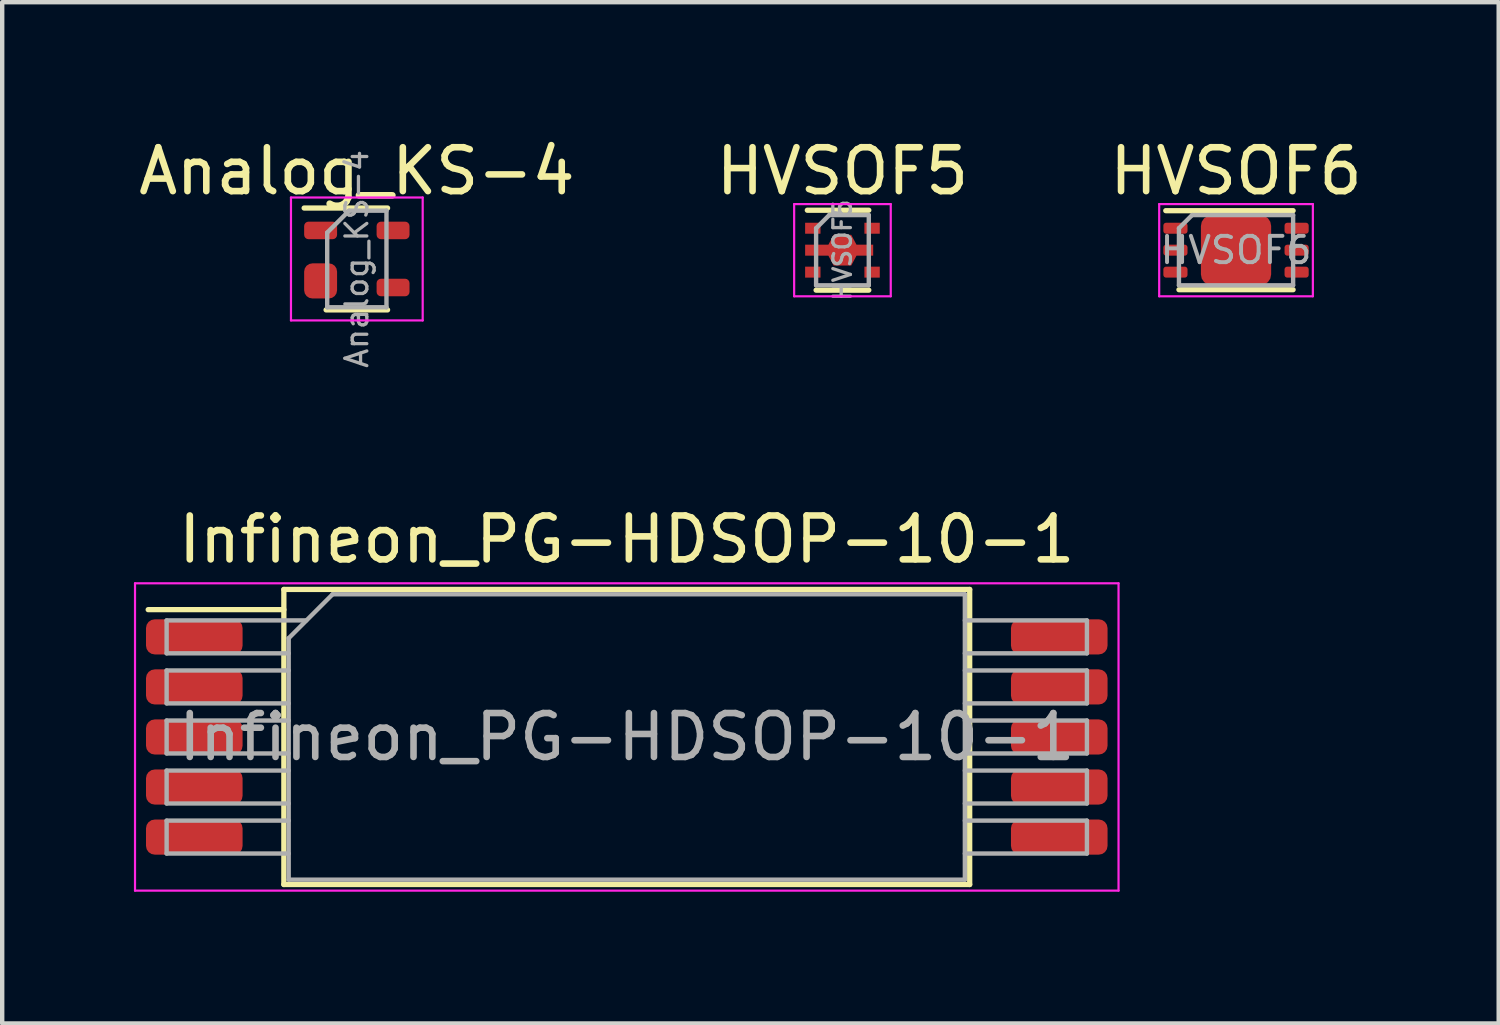
<source format=kicad_pcb>
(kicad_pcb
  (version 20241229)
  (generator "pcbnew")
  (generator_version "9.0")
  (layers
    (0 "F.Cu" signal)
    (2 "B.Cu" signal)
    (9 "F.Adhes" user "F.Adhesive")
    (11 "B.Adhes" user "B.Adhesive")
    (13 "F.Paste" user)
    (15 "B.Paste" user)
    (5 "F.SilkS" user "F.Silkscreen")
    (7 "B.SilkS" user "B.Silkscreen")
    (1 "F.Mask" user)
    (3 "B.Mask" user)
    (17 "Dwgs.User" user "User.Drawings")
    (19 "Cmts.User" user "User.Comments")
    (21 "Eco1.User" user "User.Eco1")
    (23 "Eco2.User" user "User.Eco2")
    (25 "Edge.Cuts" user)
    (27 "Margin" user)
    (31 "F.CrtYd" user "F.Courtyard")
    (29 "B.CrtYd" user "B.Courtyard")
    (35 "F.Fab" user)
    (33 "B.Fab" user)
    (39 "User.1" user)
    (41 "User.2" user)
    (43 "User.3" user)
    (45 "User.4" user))
  (footprint "HVSOF5"
    (layer "F.Cu")
    (at 16.137 2.648)
    (property "Reference" "HVSOF5" (at 0 -1.8 0) (layer "F.SilkS") (effects (font (size 1 1) (thickness 0.15))))
    (attr smd)
    (fp_line (start -0.8 -0.91) (end 0.6 -0.91) (stroke (width 0.12) (type solid)) (layer "F.SilkS"))
    (fp_line (start -0.6 0.91) (end 0.6 0.91) (stroke (width 0.12) (type solid)) (layer "F.SilkS"))
    (fp_line (start -1.1 -1.05) (end -1.1 1.05) (stroke (width 0.05) (type solid)) (layer "F.CrtYd"))
    (fp_line (start -1.1 -1.05) (end 1.1 -1.05) (stroke (width 0.05) (type solid)) (layer "F.CrtYd"))
    (fp_line (start 1.1 1.05) (end -1.1 1.05) (stroke (width 0.05) (type solid)) (layer "F.CrtYd"))
    (fp_line (start 1.1 1.05) (end 1.1 -1.05) (stroke (width 0.05) (type solid)) (layer "F.CrtYd"))
    (fp_line (start -0.6 -0.5) (end -0.6 0.8) (stroke (width 0.1) (type solid)) (layer "F.Fab"))
    (fp_line (start -0.6 -0.5) (end -0.3 -0.8) (stroke (width 0.1) (type solid)) (layer "F.Fab"))
    (fp_line (start 0.6 -0.8) (end -0.3 -0.8) (stroke (width 0.1) (type solid)) (layer "F.Fab"))
    (fp_line (start 0.6 -0.8) (end 0.6 0.8) (stroke (width 0.1) (type solid)) (layer "F.Fab"))
    (fp_line (start 0.6 0.8) (end -0.6 0.8) (stroke (width 0.1) (type solid)) (layer "F.Fab"))
    (fp_text user "${REFERENCE}" (at 0 0 90) (layer "F.Fab") (effects (font (size 0.4 0.4) (thickness 0.075))))
    (pad "1" smd rect (at -0.675 -0.5) (size 0.35 0.25) (layers "F.Cu" "F.Mask" "F.Paste"))
    (pad "2" smd custom (at 0 0) (size 0.4 0.7) (layers "F.Cu" "F.Mask" "F.Paste") (options (anchor rect)) (primitives (gr_poly (pts (xy 0.32 -0.125) (xy 0.7 -0.125) (xy 0.7 0.125) (xy 0.32 0.125) (xy 0.2 0.35) (xy -0.2 0.35) (xy -0.32 0.125) (xy -0.85 0.125) (xy -0.85 -0.125) (xy -0.32 -0.125) (xy -0.2 -0.35) (xy 0.2 -0.35)) (width 0) (fill yes))))
    (pad "3" smd rect (at -0.675 0.5) (size 0.35 0.25) (layers "F.Cu" "F.Mask" "F.Paste"))
    (pad "4" smd rect (at 0.675 0.5) (size 0.35 0.25) (layers "F.Cu" "F.Mask" "F.Paste"))
    (pad "5" smd rect (at 0.675 -0.5) (size 0.35 0.25) (layers "F.Cu" "F.Mask" "F.Paste")))
  (footprint "Infineon_PG-HDSOP-10-1"
    (layer "F.Cu")
    (at 11.225 13.735)
    (property "Reference" "Infineon_PG-HDSOP-10-1" (at 0 -4.5 0) (layer "F.SilkS") (effects (font (size 1 1) (thickness 0.15))))
    (attr smd)
    (fp_line (start -10.9 -2.9) (end -7.81 -2.9) (stroke (width 0.12) (type solid)) (layer "F.SilkS"))
    (fp_line (start -7.81 -3.36) (end 7.81 -3.36) (stroke (width 0.12) (type solid)) (layer "F.SilkS"))
    (fp_line (start -7.81 3.36) (end -7.81 -3.36) (stroke (width 0.12) (type solid)) (layer "F.SilkS"))
    (fp_line (start -7.81 3.36) (end 7.81 3.36) (stroke (width 0.12) (type solid)) (layer "F.SilkS"))
    (fp_line (start 7.81 3.36) (end 7.81 -3.36) (stroke (width 0.12) (type solid)) (layer "F.SilkS"))
    (fp_line (start -11.2 -3.5) (end -11.2 3.5) (stroke (width 0.05) (type solid)) (layer "F.CrtYd"))
    (fp_line (start -11.2 -3.5) (end 11.2 -3.5) (stroke (width 0.05) (type solid)) (layer "F.CrtYd"))
    (fp_line (start -11.2 3.5) (end 11.2 3.5) (stroke (width 0.05) (type solid)) (layer "F.CrtYd"))
    (fp_line (start 11.2 -3.5) (end 11.2 3.5) (stroke (width 0.05) (type solid)) (layer "F.CrtYd"))
    (fp_line (start -10.48 -2.655) (end -10.48 -1.905) (stroke (width 0.1) (type solid)) (layer "F.Fab"))
    (fp_line (start -10.48 -1.905) (end -7.7 -1.905) (stroke (width 0.1) (type solid)) (layer "F.Fab"))
    (fp_line (start -10.48 -1.515) (end -10.48 -0.765) (stroke (width 0.1) (type solid)) (layer "F.Fab"))
    (fp_line (start -10.48 -0.765) (end -7.7 -0.765) (stroke (width 0.1) (type solid)) (layer "F.Fab"))
    (fp_line (start -10.48 -0.375) (end -10.48 0.375) (stroke (width 0.1) (type solid)) (layer "F.Fab"))
    (fp_line (start -10.48 0.375) (end -7.7 0.375) (stroke (width 0.1) (type solid)) (layer "F.Fab"))
    (fp_line (start -10.48 0.765) (end -10.48 1.515) (stroke (width 0.1) (type solid)) (layer "F.Fab"))
    (fp_line (start -10.48 1.515) (end -7.7 1.515) (stroke (width 0.1) (type solid)) (layer "F.Fab"))
    (fp_line (start -10.48 1.905) (end -10.48 2.655) (stroke (width 0.1) (type solid)) (layer "F.Fab"))
    (fp_line (start -10.48 2.655) (end -7.7 2.655) (stroke (width 0.1) (type solid)) (layer "F.Fab"))
    (fp_line (start -7.7 -1.515) (end -10.48 -1.515) (stroke (width 0.1) (type solid)) (layer "F.Fab"))
    (fp_line (start -7.7 -0.375) (end -10.48 -0.375) (stroke (width 0.1) (type solid)) (layer "F.Fab"))
    (fp_line (start -7.7 0.765) (end -10.48 0.765) (stroke (width 0.1) (type solid)) (layer "F.Fab"))
    (fp_line (start -7.7 1.905) (end -10.48 1.905) (stroke (width 0.1) (type solid)) (layer "F.Fab"))
    (fp_line (start -7.7 3.25) (end -7.7 -2.25) (stroke (width 0.1) (type solid)) (layer "F.Fab"))
    (fp_line (start -7.7 3.25) (end 7.7 3.25) (stroke (width 0.1) (type solid)) (layer "F.Fab"))
    (fp_line (start -7.3 -2.655) (end -10.48 -2.655) (stroke (width 0.1) (type solid)) (layer "F.Fab"))
    (fp_line (start -6.7 -3.25) (end -7.7 -2.25) (stroke (width 0.1) (type solid)) (layer "F.Fab"))
    (fp_line (start -6.7 -3.25) (end 7.7 -3.25) (stroke (width 0.1) (type solid)) (layer "F.Fab"))
    (fp_line (start 7.7 -2.655) (end 10.48 -2.655) (stroke (width 0.1) (type solid)) (layer "F.Fab"))
    (fp_line (start 7.7 -1.515) (end 10.48 -1.515) (stroke (width 0.1) (type solid)) (layer "F.Fab"))
    (fp_line (start 7.7 -0.375) (end 10.48 -0.375) (stroke (width 0.1) (type solid)) (layer "F.Fab"))
    (fp_line (start 7.7 0.765) (end 10.48 0.765) (stroke (width 0.1) (type solid)) (layer "F.Fab"))
    (fp_line (start 7.7 1.905) (end 10.48 1.905) (stroke (width 0.1) (type solid)) (layer "F.Fab"))
    (fp_line (start 7.7 3.25) (end 7.7 -3.25) (stroke (width 0.1) (type solid)) (layer "F.Fab"))
    (fp_line (start 10.48 -2.655) (end 10.48 -1.905) (stroke (width 0.1) (type solid)) (layer "F.Fab"))
    (fp_line (start 10.48 -1.905) (end 7.7 -1.905) (stroke (width 0.1) (type solid)) (layer "F.Fab"))
    (fp_line (start 10.48 -1.515) (end 10.48 -0.765) (stroke (width 0.1) (type solid)) (layer "F.Fab"))
    (fp_line (start 10.48 -0.765) (end 7.7 -0.765) (stroke (width 0.1) (type solid)) (layer "F.Fab"))
    (fp_line (start 10.48 -0.375) (end 10.48 0.375) (stroke (width 0.1) (type solid)) (layer "F.Fab"))
    (fp_line (start 10.48 0.375) (end 7.7 0.375) (stroke (width 0.1) (type solid)) (layer "F.Fab"))
    (fp_line (start 10.48 0.765) (end 10.48 1.515) (stroke (width 0.1) (type solid)) (layer "F.Fab"))
    (fp_line (start 10.48 1.515) (end 7.7 1.515) (stroke (width 0.1) (type solid)) (layer "F.Fab"))
    (fp_line (start 10.48 1.905) (end 10.48 2.655) (stroke (width 0.1) (type solid)) (layer "F.Fab"))
    (fp_line (start 10.48 2.655) (end 7.7 2.655) (stroke (width 0.1) (type solid)) (layer "F.Fab"))
    (fp_text user "${REFERENCE}" (at 0 0 0) (layer "F.Fab") (effects (font (size 1 1) (thickness 0.15))))
    (pad "1" smd roundrect (at -9.85 -2.28) (size 2.2 0.8) (layers "F.Cu" "F.Mask" "F.Paste") (roundrect_rratio 0.25))
    (pad "2" smd roundrect (at -9.85 -1.14) (size 2.2 0.8) (layers "F.Cu" "F.Mask" "F.Paste") (roundrect_rratio 0.25))
    (pad "3" smd roundrect (at -9.85 0) (size 2.2 0.8) (layers "F.Cu" "F.Mask" "F.Paste") (roundrect_rratio 0.25))
    (pad "4" smd roundrect (at -9.85 1.14) (size 2.2 0.8) (layers "F.Cu" "F.Mask" "F.Paste") (roundrect_rratio 0.25))
    (pad "5" smd roundrect (at -9.85 2.28) (size 2.2 0.8) (layers "F.Cu" "F.Mask" "F.Paste") (roundrect_rratio 0.25))
    (pad "6" smd roundrect (at 9.85 2.28) (size 2.2 0.8) (layers "F.Cu" "F.Mask" "F.Paste") (roundrect_rratio 0.25))
    (pad "7" smd roundrect (at 9.85 1.14) (size 2.2 0.8) (layers "F.Cu" "F.Mask" "F.Paste") (roundrect_rratio 0.25))
    (pad "8" smd roundrect (at 9.85 0) (size 2.2 0.8) (layers "F.Cu" "F.Mask" "F.Paste") (roundrect_rratio 0.25))
    (pad "9" smd roundrect (at 9.85 -1.14) (size 2.2 0.8) (layers "F.Cu" "F.Mask" "F.Paste") (roundrect_rratio 0.25))
    (pad "10" smd roundrect (at 9.85 -2.28) (size 2.2 0.8) (layers "F.Cu" "F.Mask" "F.Paste") (roundrect_rratio 0.25)))
  (footprint "Analog_KS-4"
    (layer "F.Cu")
    (at 5.077 2.848)
    (property "Reference" "Analog_KS-4" (at 0 -2 0) (layer "F.SilkS") (effects (font (size 1 1) (thickness 0.15))))
    (attr smd)
    (fp_line (start -0.7 1.16) (end 0.7 1.16) (stroke (width 0.12) (type solid)) (layer "F.SilkS"))
    (fp_line (start 0.7 -1.16) (end -1.2 -1.16) (stroke (width 0.12) (type solid)) (layer "F.SilkS"))
    (fp_line (start -1.5 -1.4) (end -1.5 1.4) (stroke (width 0.05) (type solid)) (layer "F.CrtYd"))
    (fp_line (start -1.5 -1.4) (end 1.5 -1.4) (stroke (width 0.05) (type solid)) (layer "F.CrtYd"))
    (fp_line (start -1.5 1.4) (end 1.5 1.4) (stroke (width 0.05) (type solid)) (layer "F.CrtYd"))
    (fp_line (start 1.5 1.4) (end 1.5 -1.4) (stroke (width 0.05) (type solid)) (layer "F.CrtYd"))
    (fp_line (start -0.675 -0.6) (end -0.675 1.1) (stroke (width 0.1) (type solid)) (layer "F.Fab"))
    (fp_line (start -0.175 -1.1) (end -0.675 -0.6) (stroke (width 0.1) (type solid)) (layer "F.Fab"))
    (fp_line (start 0.675 -1.1) (end -0.175 -1.1) (stroke (width 0.1) (type solid)) (layer "F.Fab"))
    (fp_line (start 0.675 -1.1) (end 0.675 1.1) (stroke (width 0.1) (type solid)) (layer "F.Fab"))
    (fp_line (start 0.675 1.1) (end -0.675 1.1) (stroke (width 0.1) (type solid)) (layer "F.Fab"))
    (fp_text user "${REFERENCE}" (at 0 0 90) (layer "F.Fab") (effects (font (size 0.5 0.5) (thickness 0.075))))
    (pad "1" smd roundrect (at -0.825 -0.65) (size 0.75 0.4) (layers "F.Cu" "F.Mask" "F.Paste") (roundrect_rratio 0.25))
    (pad "2" smd roundrect (at -0.825 0.5) (size 0.75 0.8) (layers "F.Cu" "F.Mask" "F.Paste") (roundrect_rratio 0.25))
    (pad "3" smd roundrect (at 0.825 0.65) (size 0.75 0.4) (layers "F.Cu" "F.Mask" "F.Paste") (roundrect_rratio 0.25))
    (pad "4" smd roundrect (at 0.825 -0.65) (size 0.75 0.4) (layers "F.Cu" "F.Mask" "F.Paste") (roundrect_rratio 0.25)))
  (footprint "HVSOF6"
    (layer "F.Cu")
    (at 25.101 2.648)
    (property "Reference" "HVSOF6" (at 0 -1.8 0) (layer "F.SilkS") (effects (font (size 1 1) (thickness 0.15))))
    (attr smd)
    (fp_line (start -1.6 -0.9) (end 1.3 -0.9) (stroke (width 0.12) (type solid)) (layer "F.SilkS"))
    (fp_line (start -1.3 0.9) (end 1.3 0.9) (stroke (width 0.12) (type solid)) (layer "F.SilkS"))
    (fp_line (start -1.75 -1.05) (end -1.75 1.05) (stroke (width 0.05) (type solid)) (layer "F.CrtYd"))
    (fp_line (start -1.75 -1.05) (end 1.75 -1.05) (stroke (width 0.05) (type solid)) (layer "F.CrtYd"))
    (fp_line (start 1.75 1.05) (end -1.75 1.05) (stroke (width 0.05) (type solid)) (layer "F.CrtYd"))
    (fp_line (start 1.75 1.05) (end 1.75 -1.05) (stroke (width 0.05) (type solid)) (layer "F.CrtYd"))
    (fp_line (start -1.3 -0.5) (end -1.3 0.8) (stroke (width 0.1) (type solid)) (layer "F.Fab"))
    (fp_line (start -1.3 -0.5) (end -1 -0.8) (stroke (width 0.1) (type solid)) (layer "F.Fab"))
    (fp_line (start -1 -0.8) (end 1.3 -0.8) (stroke (width 0.1) (type solid)) (layer "F.Fab"))
    (fp_line (start 1.3 -0.8) (end 1.3 0.8) (stroke (width 0.1) (type solid)) (layer "F.Fab"))
    (fp_line (start 1.3 0.8) (end -1.3 0.8) (stroke (width 0.1) (type solid)) (layer "F.Fab"))
    (fp_text user "${REFERENCE}" (at 0 0 0) (layer "F.Fab") (effects (font (size 0.6 0.6) (thickness 0.09))))
    (pad "1" smd roundrect (at -1.38 -0.5 270) (size 0.25 0.55) (layers "F.Cu" "F.Mask" "F.Paste") (roundrect_rratio 0.25))
    (pad "2" smd roundrect (at -1.38 0 270) (size 0.25 0.55) (layers "F.Cu" "F.Mask" "F.Paste") (roundrect_rratio 0.25))
    (pad "3" smd roundrect (at -1.38 0.5 270) (size 0.25 0.55) (layers "F.Cu" "F.Mask" "F.Paste") (roundrect_rratio 0.25))
    (pad "4" smd roundrect (at 1.38 0.5 270) (size 0.25 0.55) (layers "F.Cu" "F.Mask" "F.Paste") (roundrect_rratio 0.25))
    (pad "5" smd roundrect (at 1.38 0 270) (size 0.25 0.55) (layers "F.Cu" "F.Mask" "F.Paste") (roundrect_rratio 0.25))
    (pad "6" smd roundrect (at 1.38 -0.5 270) (size 0.25 0.55) (layers "F.Cu" "F.Mask" "F.Paste") (roundrect_rratio 0.25))
    (pad "7" smd roundrect (at 0 0) (size 1.6 1.6) (layers "F.Cu" "F.Mask" "F.Paste") (roundrect_rratio 0.156)))
  (gr_rect
    (start -3 -3)
    (end 31.083 20.26)
    (stroke (width 0.1) (type default))
    (fill no)
    (layer "Edge.Cuts")))
</source>
